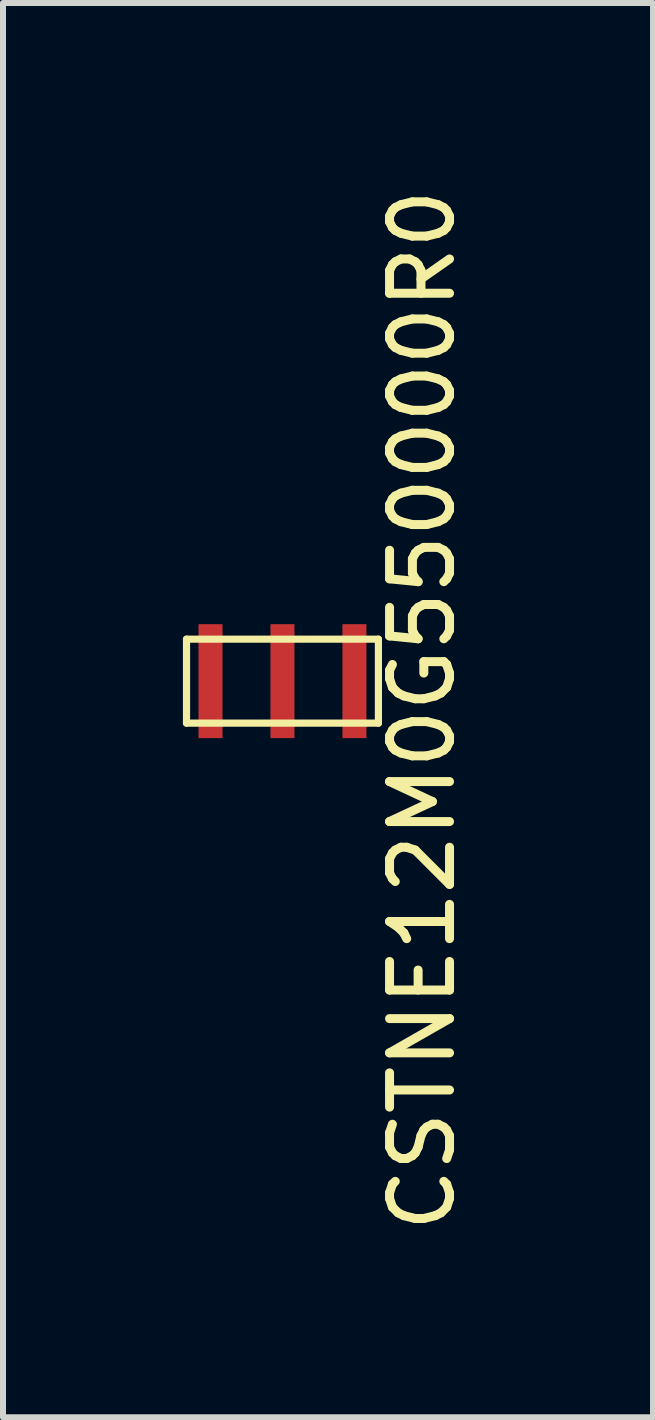
<source format=kicad_pcb>
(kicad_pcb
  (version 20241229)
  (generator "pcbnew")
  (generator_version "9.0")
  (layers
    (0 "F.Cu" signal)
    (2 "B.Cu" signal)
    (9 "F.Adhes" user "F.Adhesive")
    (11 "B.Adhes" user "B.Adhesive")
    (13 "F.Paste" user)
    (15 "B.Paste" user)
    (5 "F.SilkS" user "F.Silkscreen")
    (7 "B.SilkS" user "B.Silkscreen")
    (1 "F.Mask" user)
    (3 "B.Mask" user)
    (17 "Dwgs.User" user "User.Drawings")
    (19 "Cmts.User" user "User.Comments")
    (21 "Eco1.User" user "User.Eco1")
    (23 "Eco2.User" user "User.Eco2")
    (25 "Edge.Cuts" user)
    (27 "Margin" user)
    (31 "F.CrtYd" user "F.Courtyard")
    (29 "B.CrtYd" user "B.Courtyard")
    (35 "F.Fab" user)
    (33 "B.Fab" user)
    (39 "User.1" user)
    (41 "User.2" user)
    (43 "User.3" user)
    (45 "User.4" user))
  (footprint "CSTNE12M0G550000R0"
    (layer "F.Cu")
    (at 1.66 8.308)
    (property "Reference" "CSTNE12M0G550000R0" (at 2.331 0.484 270) (layer "F.SilkS") (effects (font (size 1 1) (thickness 0.15))))
    (attr through_hole)
    (fp_line (start -1.6 -0.7) (end -1.6 0.7) (stroke (width 0.12) (type solid)) (layer "F.SilkS"))
    (fp_line (start -1.6 -0.7) (end 1.6 -0.7) (stroke (width 0.12) (type solid)) (layer "F.SilkS"))
    (fp_line (start -1.6 0.7) (end 1.6 0.7) (stroke (width 0.12) (type solid)) (layer "F.SilkS"))
    (fp_line (start 1.6 0.7) (end 1.6 -0.7) (stroke (width 0.12) (type solid)) (layer "F.SilkS"))
    (pad "1" smd rect (at -1.2 0) (size 0.4 1.9) (layers "F.Cu" "F.Mask" "F.Paste"))
    (pad "2" smd rect (at 0 0) (size 0.4 1.9) (layers "F.Cu" "F.Mask" "F.Paste"))
    (pad "3" smd rect (at 1.2 0) (size 0.4 1.9) (layers "F.Cu" "F.Mask" "F.Paste")))
  (gr_rect
    (start -3 -3)
    (end 7.839 20.583)
    (stroke (width 0.1) (type default))
    (fill no)
    (layer "Edge.Cuts")))
</source>
